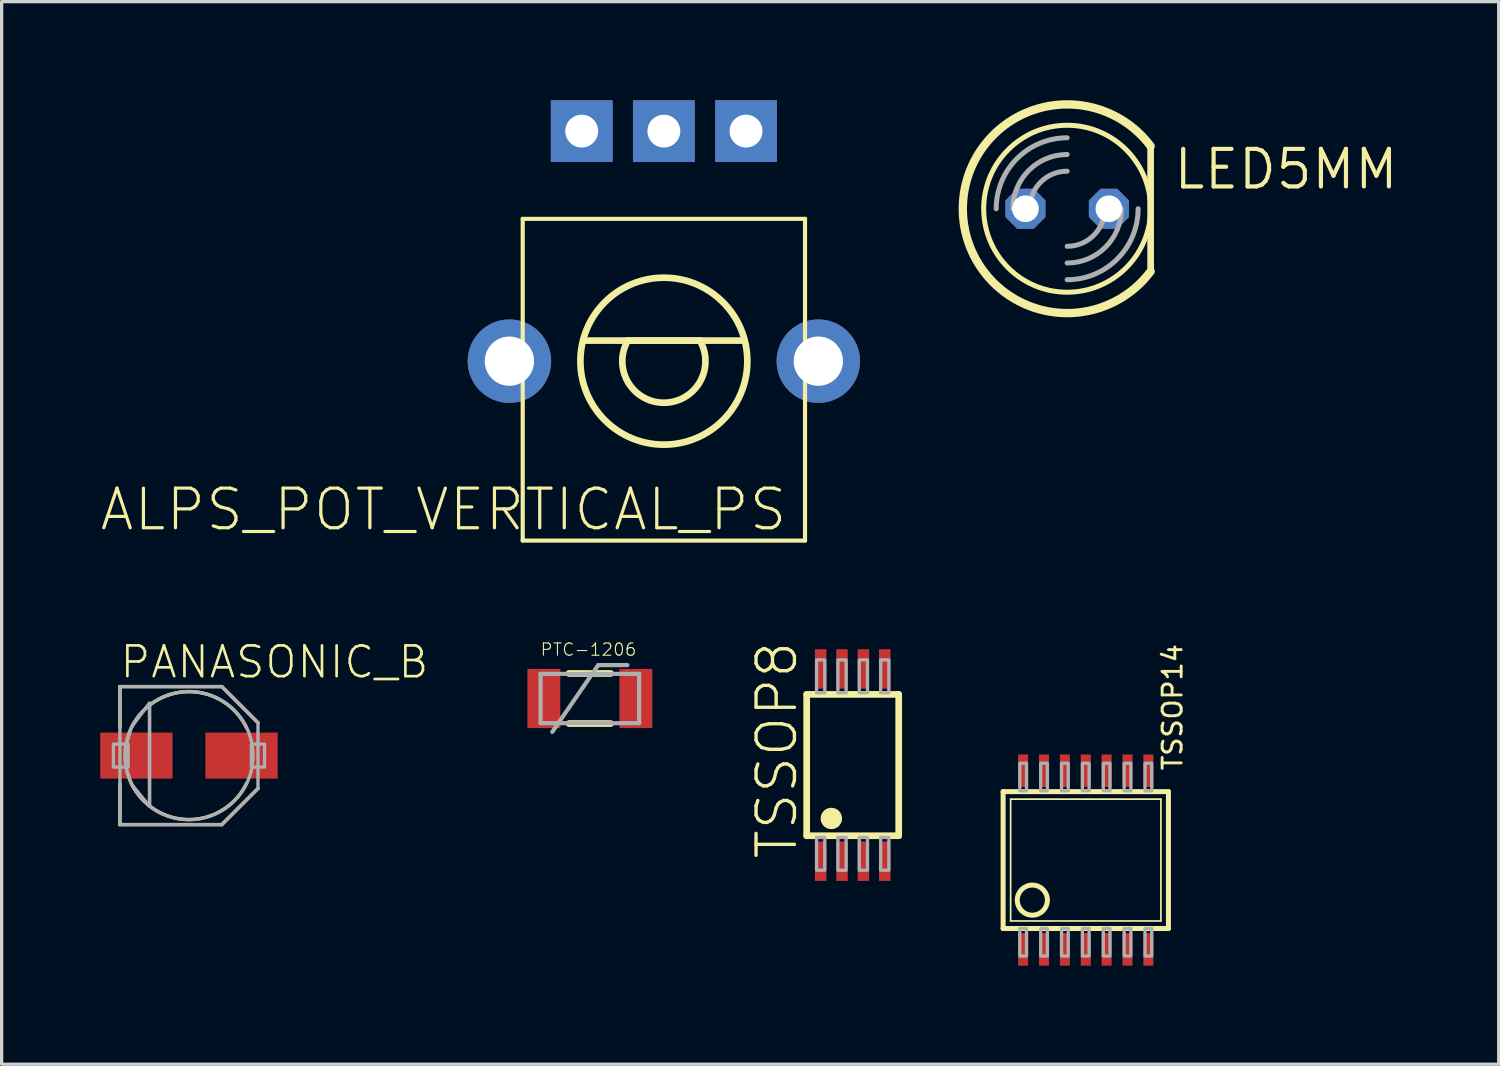
<source format=kicad_pcb>
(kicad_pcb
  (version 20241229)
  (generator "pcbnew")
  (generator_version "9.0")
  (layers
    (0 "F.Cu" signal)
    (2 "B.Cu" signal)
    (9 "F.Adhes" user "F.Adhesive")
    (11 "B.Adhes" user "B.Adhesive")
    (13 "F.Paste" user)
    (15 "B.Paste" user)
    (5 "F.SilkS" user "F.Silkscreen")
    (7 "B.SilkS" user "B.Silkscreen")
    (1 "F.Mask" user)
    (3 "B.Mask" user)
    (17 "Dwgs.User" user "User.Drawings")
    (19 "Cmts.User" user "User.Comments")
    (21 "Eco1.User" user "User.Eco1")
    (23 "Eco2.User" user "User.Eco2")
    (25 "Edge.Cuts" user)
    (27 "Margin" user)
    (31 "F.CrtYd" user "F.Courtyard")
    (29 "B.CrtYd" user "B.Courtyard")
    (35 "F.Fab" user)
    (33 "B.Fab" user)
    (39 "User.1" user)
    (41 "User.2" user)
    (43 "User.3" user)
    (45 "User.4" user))
  (footprint "PTC-1206"
    (layer "F.Cu")
    (at 14.899 18.205)
    (property "Reference" "PTC-1206" (at -1.524 -1.27 0) (layer "F.SilkS") (effects (font (size 0.374 0.374) (thickness 0.033)) (justify left bottom)))
    (fp_line (start -0.635 -0.762) (end 0.635 -0.762) (stroke (width 0.203) (type solid)) (layer "F.SilkS"))
    (fp_line (start 0.635 0.762) (end -0.635 0.762) (stroke (width 0.203) (type solid)) (layer "F.SilkS"))
    (fp_line (start -1.5 -0.75) (end 1.5 -0.75) (stroke (width 0.127) (type solid)) (layer "F.Fab"))
    (fp_line (start -1.5 0.75) (end -1.5 -0.75) (stroke (width 0.127) (type solid)) (layer "F.Fab"))
    (fp_line (start -1.143 1.016) (end 0.254 -1.016) (stroke (width 0.127) (type solid)) (layer "F.Fab"))
    (fp_line (start 0.254 -1.016) (end 1.143 -1.016) (stroke (width 0.127) (type solid)) (layer "F.Fab"))
    (fp_line (start 1.5 -0.75) (end 1.5 0.75) (stroke (width 0.127) (type solid)) (layer "F.Fab"))
    (fp_line (start 1.5 0.75) (end -1.5 0.75) (stroke (width 0.127) (type solid)) (layer "F.Fab"))
    (pad "1" smd rect (at -1.4 0) (size 1 1.8) (layers "F.Cu" "F.Mask" "F.Paste"))
    (pad "2" smd rect (at 1.4 0) (size 1 1.8) (layers "F.Cu" "F.Mask" "F.Paste")))
  (footprint "TSSOP8"
    (layer "F.Cu")
    (at 22.897 20.23)
    (property "Reference" "TSSOP8" (at -1.625 2.925 90) (layer "F.SilkS") (effects (font (size 1.168 1.168) (thickness 0.102)) (justify left bottom)))
    (fp_line (start -1.4 -2.15) (end -1.4 2.15) (stroke (width 0.203) (type solid)) (layer "F.SilkS"))
    (fp_line (start -1.4 2.15) (end 1.4 2.15) (stroke (width 0.203) (type solid)) (layer "F.SilkS"))
    (fp_line (start 1.4 -2.15) (end -1.4 -2.15) (stroke (width 0.203) (type solid)) (layer "F.SilkS"))
    (fp_line (start 1.4 2.15) (end 1.4 -2.15) (stroke (width 0.203) (type solid)) (layer "F.SilkS"))
    (fp_circle (center -0.65 1.625) (end -0.487 1.625) (stroke (width 0.325) (type solid)) (fill yes) (layer "F.SilkS"))
    (fp_poly (pts (xy -1.1 -2.2) (xy -0.85 -2.2) (xy -0.85 -3.2) (xy -1.1 -3.2)) (stroke (width 0.1) (type default)) (fill no) (layer "F.Fab"))
    (fp_poly (pts (xy -1.1 3.2) (xy -0.85 3.2) (xy -0.85 2.2) (xy -1.1 2.2)) (stroke (width 0.1) (type default)) (fill no) (layer "F.Fab"))
    (fp_poly (pts (xy -0.45 -2.2) (xy -0.2 -2.2) (xy -0.2 -3.2) (xy -0.45 -3.2)) (stroke (width 0.1) (type default)) (fill no) (layer "F.Fab"))
    (fp_poly (pts (xy -0.45 3.2) (xy -0.2 3.2) (xy -0.2 2.2) (xy -0.45 2.2)) (stroke (width 0.1) (type default)) (fill no) (layer "F.Fab"))
    (fp_poly (pts (xy 0.2 -2.2) (xy 0.45 -2.2) (xy 0.45 -3.2) (xy 0.2 -3.2)) (stroke (width 0.1) (type default)) (fill no) (layer "F.Fab"))
    (fp_poly (pts (xy 0.2 3.2) (xy 0.45 3.2) (xy 0.45 2.2) (xy 0.2 2.2)) (stroke (width 0.1) (type default)) (fill no) (layer "F.Fab"))
    (fp_poly (pts (xy 0.85 -2.2) (xy 1.1 -2.2) (xy 1.1 -3.2) (xy 0.85 -3.2)) (stroke (width 0.1) (type default)) (fill no) (layer "F.Fab"))
    (fp_poly (pts (xy 0.85 3.2) (xy 1.1 3.2) (xy 1.1 2.2) (xy 0.85 2.2)) (stroke (width 0.1) (type default)) (fill no) (layer "F.Fab"))
    (pad "1" smd rect (at -0.975 2.925) (size 0.35 1.2) (layers "F.Cu" "F.Mask" "F.Paste"))
    (pad "2" smd rect (at -0.325 2.925) (size 0.35 1.2) (layers "F.Cu" "F.Mask" "F.Paste"))
    (pad "3" smd rect (at 0.325 2.925) (size 0.35 1.2) (layers "F.Cu" "F.Mask" "F.Paste"))
    (pad "4" smd rect (at 0.975 2.925) (size 0.35 1.2) (layers "F.Cu" "F.Mask" "F.Paste"))
    (pad "5" smd rect (at 0.975 -2.925) (size 0.35 1.2) (layers "F.Cu" "F.Mask" "F.Paste"))
    (pad "6" smd rect (at 0.325 -2.925) (size 0.35 1.2) (layers "F.Cu" "F.Mask" "F.Paste"))
    (pad "7" smd rect (at -0.325 -2.925) (size 0.35 1.2) (layers "F.Cu" "F.Mask" "F.Paste"))
    (pad "8" smd rect (at -0.975 -2.925) (size 0.35 1.2) (layers "F.Cu" "F.Mask" "F.Paste")))
  (footprint "ALPS_POT_VERTICAL_PS"
    (layer "F.Cu")
    (at 17.151 7.94)
    (property "Reference" "ALPS_POT_VERTICAL_PS" (at 3.81 3.81 180) (layer "F.SilkS") (effects (font (size 1.206 1.206) (thickness 0.097)) (justify right top)))
    (attr through_hole)
    (fp_line (start -4.295 -4.33) (end 4.295 -4.33) (stroke (width 0.127) (type solid)) (layer "F.SilkS"))
    (fp_line (start -4.295 5.46) (end -4.295 -4.33) (stroke (width 0.127) (type solid)) (layer "F.SilkS"))
    (fp_line (start -2.45 -0.625) (end 2.425 -0.625) (stroke (width 0.203) (type solid)) (layer "F.SilkS"))
    (fp_line (start -1.1 -0.625) (end 1.1 -0.625) (stroke (width 0.203) (type solid)) (layer "F.SilkS"))
    (fp_line (start 4.295 -4.33) (end 4.295 5.46) (stroke (width 0.127) (type solid)) (layer "F.SilkS"))
    (fp_line (start 4.295 5.46) (end -4.295 5.46) (stroke (width 0.127) (type solid)) (layer "F.SilkS"))
    (fp_arc (start 1.1 -0.625) (mid 0 1.265158) (end -1.1 -0.625) (stroke (width 0.2032) (type solid)) (layer "F.SilkS"))
    (fp_circle (center 0 0) (end 2.54 0) (stroke (width 0.203) (type solid)) (fill no) (layer "F.SilkS"))
    (pad "P$1" thru_hole rect (at -2.5 -7 270) (size 1.88 1.88) (drill 1) (layers "*.Cu" "*.Mask"))
    (pad "P$2" thru_hole rect (at 0 -7 270) (size 1.88 1.88) (drill 1) (layers "*.Cu" "*.Mask"))
    (pad "P$3" thru_hole rect (at 2.5 -7 270) (size 1.88 1.88) (drill 1) (layers "*.Cu" "*.Mask"))
    (pad "P$4" thru_hole circle (at -4.7 0 270) (size 2.54 2.54) (drill 1.5) (layers "*.Cu" "*.Mask"))
    (pad "P$5" thru_hole circle (at 4.7 0 270) (size 2.54 2.54) (drill 1.5) (layers "*.Cu" "*.Mask")))
  (footprint "LED5MM"
    (layer "F.Cu")
    (at 29.423 3.302)
    (property "Reference" "LED5MM" (at 3.175 -0.533 0) (layer "F.SilkS") (effects (font (size 1.143 1.143) (thickness 0.127)) (justify left bottom)))
    (fp_line (start 2.54 1.905) (end 2.54 -1.905) (stroke (width 0.203) (type solid)) (layer "F.SilkS"))
    (fp_arc (start 2.54 1.905) (mid -3.175 0) (end 2.54 -1.905) (stroke (width 0.254) (type solid)) (layer "F.SilkS"))
    (fp_circle (center 0 0) (end 2.54 0) (stroke (width 0.152) (type solid)) (fill no) (layer "F.SilkS"))
    (fp_arc (start -2.159 0) (mid -1.526644 -1.526644) (end 0 -2.159) (stroke (width 0.1524) (type solid)) (layer "F.Fab"))
    (fp_arc (start -1.651 0) (mid -1.167433 -1.167433) (end 0 -1.651) (stroke (width 0.1524) (type solid)) (layer "F.Fab"))
    (fp_arc (start -1.143 0) (mid -0.808223 -0.808223) (end 0 -1.143) (stroke (width 0.1524) (type solid)) (layer "F.Fab"))
    (fp_arc (start 1.143 0) (mid 0.808223 0.808223) (end 0 1.143) (stroke (width 0.1524) (type solid)) (layer "F.Fab"))
    (fp_arc (start 1.651 0) (mid 1.167433 1.167433) (end 0 1.651) (stroke (width 0.1524) (type solid)) (layer "F.Fab"))
    (fp_arc (start 2.159 0) (mid 1.526644 1.526644) (end 0 2.159) (stroke (width 0.1524) (type solid)) (layer "F.Fab"))
    (pad "A" thru_hole roundrect (at -1.27 0) (size 1.219 1.219) (drill 0.813) (layers "*.Cu" "*.Mask") (roundrect_rratio 0.25) (chamfer_ratio 0.293) (chamfer top_left top_right bottom_left bottom_right))
    (pad "K" thru_hole roundrect (at 1.27 0) (size 1.219 1.219) (drill 0.813) (layers "*.Cu" "*.Mask") (roundrect_rratio 0.25) (chamfer_ratio 0.293) (chamfer top_left top_right bottom_left bottom_right)))
  (footprint "TSSOP14"
    (layer "F.Cu")
    (at 29.989 23.121)
    (property "Reference" "TSSOP14" (at 2.978 -2.679 90) (layer "F.SilkS") (effects (font (size 0.579 0.579) (thickness 0.087)) (justify left bottom)))
    (attr through_hole)
    (fp_line (start -2.515 2.083) (end -2.515 -2.083) (stroke (width 0.152) (type solid)) (layer "F.SilkS"))
    (fp_line (start -2.515 2.083) (end 2.515 2.083) (stroke (width 0.152) (type solid)) (layer "F.SilkS"))
    (fp_line (start -2.286 1.854) (end -2.286 -1.854) (stroke (width 0.051) (type solid)) (layer "F.SilkS"))
    (fp_line (start -2.286 1.854) (end 2.286 1.854) (stroke (width 0.051) (type solid)) (layer "F.SilkS"))
    (fp_line (start 2.286 -1.854) (end -2.286 -1.854) (stroke (width 0.051) (type solid)) (layer "F.SilkS"))
    (fp_line (start 2.286 -1.854) (end 2.286 1.854) (stroke (width 0.051) (type solid)) (layer "F.SilkS"))
    (fp_line (start 2.515 -2.083) (end -2.515 -2.083) (stroke (width 0.152) (type solid)) (layer "F.SilkS"))
    (fp_line (start 2.515 -2.083) (end 2.515 2.083) (stroke (width 0.152) (type solid)) (layer "F.SilkS"))
    (fp_circle (center -1.626 1.219) (end -1.168 1.219) (stroke (width 0.152) (type solid)) (fill no) (layer "F.SilkS"))
    (fp_poly (pts (xy -2.007 -2.108) (xy -1.803 -2.108) (xy -1.803 -2.946) (xy -2.007 -2.946)) (stroke (width 0.1) (type solid)) (fill no) (layer "F.Fab"))
    (fp_poly (pts (xy -2.007 2.921) (xy -1.803 2.921) (xy -1.803 2.083) (xy -2.007 2.083)) (stroke (width 0.1) (type solid)) (fill no) (layer "F.Fab"))
    (fp_poly (pts (xy -1.372 -2.108) (xy -1.168 -2.108) (xy -1.168 -2.946) (xy -1.372 -2.946)) (stroke (width 0.1) (type solid)) (fill no) (layer "F.Fab"))
    (fp_poly (pts (xy -1.372 2.921) (xy -1.168 2.921) (xy -1.168 2.083) (xy -1.372 2.083)) (stroke (width 0.1) (type solid)) (fill no) (layer "F.Fab"))
    (fp_poly (pts (xy -0.737 -2.108) (xy -0.533 -2.108) (xy -0.533 -2.946) (xy -0.737 -2.946)) (stroke (width 0.1) (type solid)) (fill no) (layer "F.Fab"))
    (fp_poly (pts (xy -0.737 2.921) (xy -0.533 2.921) (xy -0.533 2.083) (xy -0.737 2.083)) (stroke (width 0.1) (type solid)) (fill no) (layer "F.Fab"))
    (fp_poly (pts (xy -0.102 -2.108) (xy 0.102 -2.108) (xy 0.102 -2.946) (xy -0.102 -2.946)) (stroke (width 0.1) (type solid)) (fill no) (layer "F.Fab"))
    (fp_poly (pts (xy -0.102 2.921) (xy 0.102 2.921) (xy 0.102 2.083) (xy -0.102 2.083)) (stroke (width 0.1) (type solid)) (fill no) (layer "F.Fab"))
    (fp_poly (pts (xy 0.533 -2.108) (xy 0.737 -2.108) (xy 0.737 -2.946) (xy 0.533 -2.946)) (stroke (width 0.1) (type solid)) (fill no) (layer "F.Fab"))
    (fp_poly (pts (xy 0.533 2.921) (xy 0.737 2.921) (xy 0.737 2.083) (xy 0.533 2.083)) (stroke (width 0.1) (type solid)) (fill no) (layer "F.Fab"))
    (fp_poly (pts (xy 1.168 -2.108) (xy 1.372 -2.108) (xy 1.372 -2.946) (xy 1.168 -2.946)) (stroke (width 0.1) (type solid)) (fill no) (layer "F.Fab"))
    (fp_poly (pts (xy 1.168 2.921) (xy 1.372 2.921) (xy 1.372 2.083) (xy 1.168 2.083)) (stroke (width 0.1) (type solid)) (fill no) (layer "F.Fab"))
    (fp_poly (pts (xy 1.803 -2.108) (xy 2.007 -2.108) (xy 2.007 -2.946) (xy 1.803 -2.946)) (stroke (width 0.1) (type solid)) (fill no) (layer "F.Fab"))
    (fp_poly (pts (xy 1.803 2.921) (xy 2.007 2.921) (xy 2.007 2.083) (xy 1.803 2.083)) (stroke (width 0.1) (type solid)) (fill no) (layer "F.Fab"))
    (pad "1" smd rect (at -1.905 2.718) (size 0.305 0.991) (layers "F.Cu" "F.Mask" "F.Paste"))
    (pad "2" smd rect (at -1.27 2.718) (size 0.305 0.991) (layers "F.Cu" "F.Mask" "F.Paste"))
    (pad "3" smd rect (at -0.635 2.718) (size 0.305 0.991) (layers "F.Cu" "F.Mask" "F.Paste"))
    (pad "4" smd rect (at 0 2.718) (size 0.305 0.991) (layers "F.Cu" "F.Mask" "F.Paste"))
    (pad "5" smd rect (at 0.635 2.718) (size 0.305 0.991) (layers "F.Cu" "F.Mask" "F.Paste"))
    (pad "6" smd rect (at 1.27 2.718) (size 0.305 0.991) (layers "F.Cu" "F.Mask" "F.Paste"))
    (pad "7" smd rect (at 1.905 2.718) (size 0.305 0.991) (layers "F.Cu" "F.Mask" "F.Paste"))
    (pad "8" smd rect (at 1.905 -2.718) (size 0.305 0.991) (layers "F.Cu" "F.Mask" "F.Paste"))
    (pad "9" smd rect (at 1.27 -2.718) (size 0.305 0.991) (layers "F.Cu" "F.Mask" "F.Paste"))
    (pad "10" smd rect (at 0.635 -2.718) (size 0.305 0.991) (layers "F.Cu" "F.Mask" "F.Paste"))
    (pad "11" smd rect (at 0 -2.718) (size 0.305 0.991) (layers "F.Cu" "F.Mask" "F.Paste"))
    (pad "12" smd rect (at -0.635 -2.718) (size 0.305 0.991) (layers "F.Cu" "F.Mask" "F.Paste"))
    (pad "13" smd rect (at -1.27 -2.718) (size 0.305 0.991) (layers "F.Cu" "F.Mask" "F.Paste"))
    (pad "14" smd rect (at -1.905 -2.718) (size 0.305 0.991) (layers "F.Cu" "F.Mask" "F.Paste")))
  (footprint "PANASONIC_B"
    (layer "F.Cu")
    (at 2.7 19.942)
    (property "Reference" "PANASONIC_B" (at -2.15 -2.3 0) (layer "F.SilkS") (effects (font (size 0.935 0.935) (thickness 0.081)) (justify left bottom)))
    (fp_line (start -2.1 -2.1) (end 1 -2.1) (stroke (width 0.102) (type solid)) (layer "F.SilkS"))
    (fp_line (start -2.1 -0.85) (end -2.1 -2.1) (stroke (width 0.102) (type solid)) (layer "F.SilkS"))
    (fp_line (start -2.1 2.1) (end -2.1 0.85) (stroke (width 0.102) (type solid)) (layer "F.SilkS"))
    (fp_line (start 1 -2.1) (end 2.1 -1) (stroke (width 0.102) (type solid)) (layer "F.SilkS"))
    (fp_line (start 1 2.1) (end -2.1 2.1) (stroke (width 0.102) (type solid)) (layer "F.SilkS"))
    (fp_line (start 2.1 1) (end 1 2.1) (stroke (width 0.102) (type solid)) (layer "F.SilkS"))
    (fp_arc (start -1.75 -0.85) (mid 0 -1.945508) (end 1.75 -0.85) (stroke (width 0.1016) (type solid)) (layer "F.SilkS"))
    (fp_arc (start 1.75 0.85) (mid 0 1.945508) (end -1.75 0.85) (stroke (width 0.1016) (type solid)) (layer "F.SilkS"))
    (fp_line (start -2.1 -2.1) (end 1 -2.1) (stroke (width 0.102) (type solid)) (layer "F.Fab"))
    (fp_line (start -2.1 2.1) (end -2.1 -2.1) (stroke (width 0.102) (type solid)) (layer "F.Fab"))
    (fp_line (start -1.2 -1.5) (end -1.2 1.5) (stroke (width 0.102) (type solid)) (layer "F.Fab"))
    (fp_line (start 1 -2.1) (end 2.1 -1) (stroke (width 0.102) (type solid)) (layer "F.Fab"))
    (fp_line (start 1 2.1) (end -2.1 2.1) (stroke (width 0.102) (type solid)) (layer "F.Fab"))
    (fp_line (start 2.1 -1) (end 2.1 1) (stroke (width 0.102) (type solid)) (layer "F.Fab"))
    (fp_line (start 2.1 1) (end 1 2.1) (stroke (width 0.102) (type solid)) (layer "F.Fab"))
    (fp_circle (center 0 0) (end 1.95 0) (stroke (width 0.102) (type solid)) (fill no) (layer "F.Fab"))
    (fp_poly (pts (xy -2.3 0.35) (xy -1.85 0.35) (xy -1.85 -0.35) (xy -2.3 -0.35)) (stroke (width 0.1) (type default)) (fill no) (layer "F.Fab"))
    (fp_poly (pts (xy 1.9 0.35) (xy 2.3 0.35) (xy 2.3 -0.35) (xy 1.9 -0.35)) (stroke (width 0.1) (type default)) (fill no) (layer "F.Fab"))
    (fp_poly (pts (xy -1.199 1.542) (xy -1.745 0.875) (xy -1.901 0.408) (xy -1.901 -0.357) (xy -1.746 -0.873) (xy -1.199 -1.602)) (stroke (width 0.1) (type default)) (fill no) (layer "F.Fab"))
    (pad "+" smd rect (at 1.6 0) (size 2.2 1.4) (layers "F.Cu" "F.Mask" "F.Paste"))
    (pad "-" smd rect (at -1.6 0) (size 2.2 1.4) (layers "F.Cu" "F.Mask" "F.Paste")))
  (gr_rect
    (start -3 -3)
    (end 42.554 29.334)
    (stroke (width 0.1) (type default))
    (fill no)
    (layer "Edge.Cuts")))
</source>
